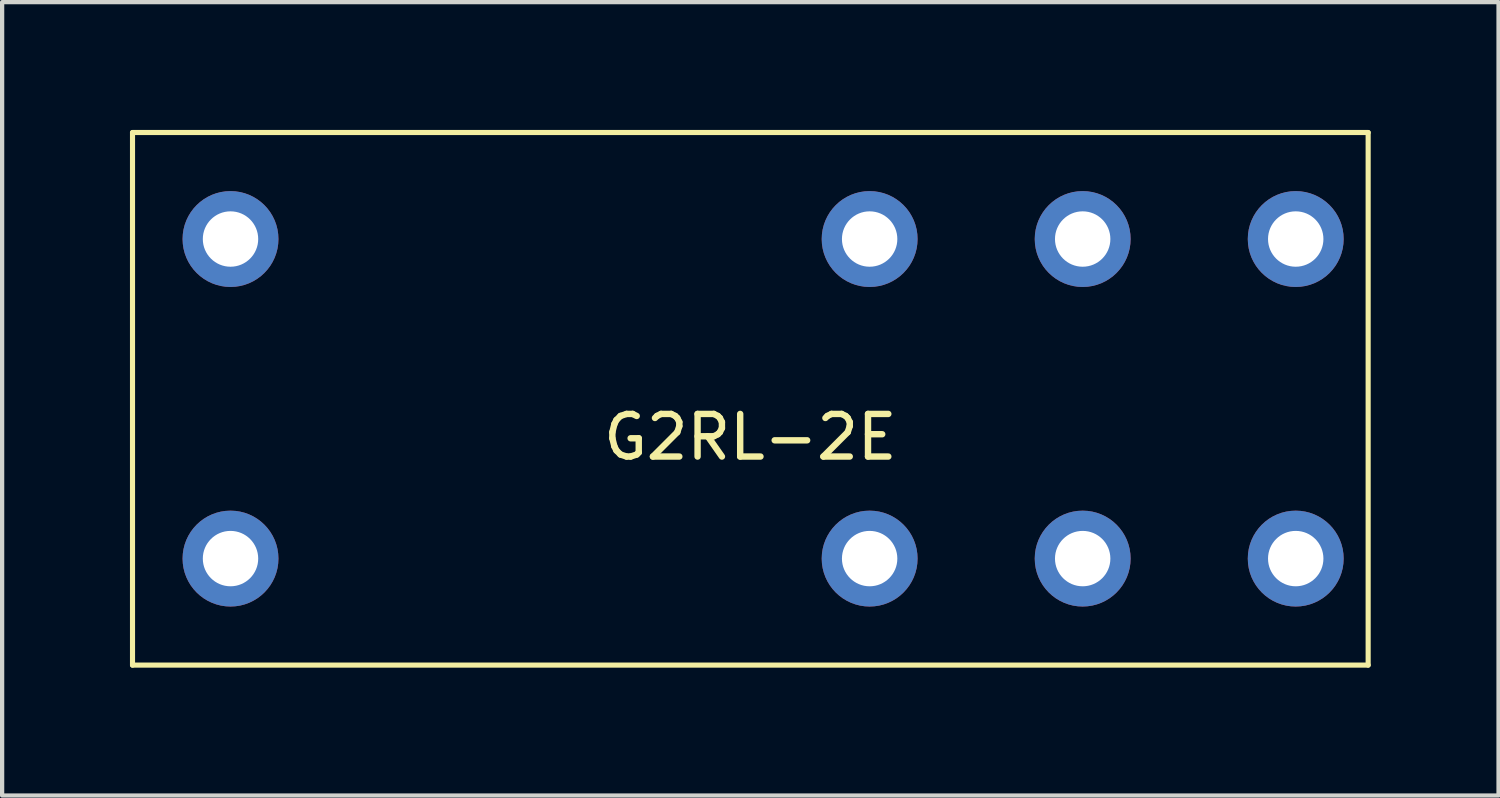
<source format=kicad_pcb>
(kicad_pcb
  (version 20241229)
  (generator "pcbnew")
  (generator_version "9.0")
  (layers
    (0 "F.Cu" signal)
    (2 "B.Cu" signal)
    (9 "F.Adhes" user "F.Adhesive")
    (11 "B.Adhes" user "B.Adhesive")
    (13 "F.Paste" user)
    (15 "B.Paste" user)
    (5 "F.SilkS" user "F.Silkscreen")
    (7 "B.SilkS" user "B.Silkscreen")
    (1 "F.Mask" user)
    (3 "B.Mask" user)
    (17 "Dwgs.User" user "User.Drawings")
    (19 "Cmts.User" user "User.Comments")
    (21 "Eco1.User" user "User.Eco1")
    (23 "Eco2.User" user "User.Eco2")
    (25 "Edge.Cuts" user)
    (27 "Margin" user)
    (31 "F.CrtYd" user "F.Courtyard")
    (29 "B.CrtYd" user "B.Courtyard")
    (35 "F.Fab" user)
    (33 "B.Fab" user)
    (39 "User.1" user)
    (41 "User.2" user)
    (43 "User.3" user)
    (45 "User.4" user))
  (footprint "G2RL-2E"
    (layer "F.Cu")
    (at 14.56 6.31)
    (property "Reference" "G2RL-2E" (at 0 0.9 0) (layer "F.SilkS") (effects (font (size 1 1) (thickness 0.15))))
    (attr through_hole)
    (fp_line (start -14.5 -6.25) (end -14.5 6.25) (stroke (width 0.12) (type solid)) (layer "F.SilkS"))
    (fp_line (start -14.5 6.25) (end 14.5 6.25) (stroke (width 0.12) (type solid)) (layer "F.SilkS"))
    (fp_line (start 14.5 -6.25) (end -14.5 -6.25) (stroke (width 0.12) (type solid)) (layer "F.SilkS"))
    (fp_line (start 14.5 6.25) (end 14.5 -6.25) (stroke (width 0.12) (type solid)) (layer "F.SilkS"))
    (pad "1" thru_hole circle (at -12.2 3.75) (size 2.25 2.25) (drill 1.3) (layers "*.Cu" "*.Mask"))
    (pad "2" thru_hole circle (at 2.8 3.75) (size 2.25 2.25) (drill 1.3) (layers "*.Cu" "*.Mask"))
    (pad "3" thru_hole circle (at 7.8 3.75) (size 2.25 2.25) (drill 1.3) (layers "*.Cu" "*.Mask"))
    (pad "4" thru_hole circle (at 12.8 3.75) (size 2.25 2.25) (drill 1.3) (layers "*.Cu" "*.Mask"))
    (pad "5" thru_hole circle (at 12.8 -3.75) (size 2.25 2.25) (drill 1.3) (layers "*.Cu" "*.Mask"))
    (pad "6" thru_hole circle (at 7.8 -3.75) (size 2.25 2.25) (drill 1.3) (layers "*.Cu" "*.Mask"))
    (pad "7" thru_hole circle (at 2.8 -3.75) (size 2.25 2.25) (drill 1.3) (layers "*.Cu" "*.Mask"))
    (pad "8" thru_hole circle (at -12.2 -3.75) (size 2.25 2.25) (drill 1.3) (layers "*.Cu" "*.Mask")))
  (gr_rect
    (start -3 -3)
    (end 32.12 15.62)
    (stroke (width 0.1) (type default))
    (fill no)
    (layer "Edge.Cuts")))
</source>
